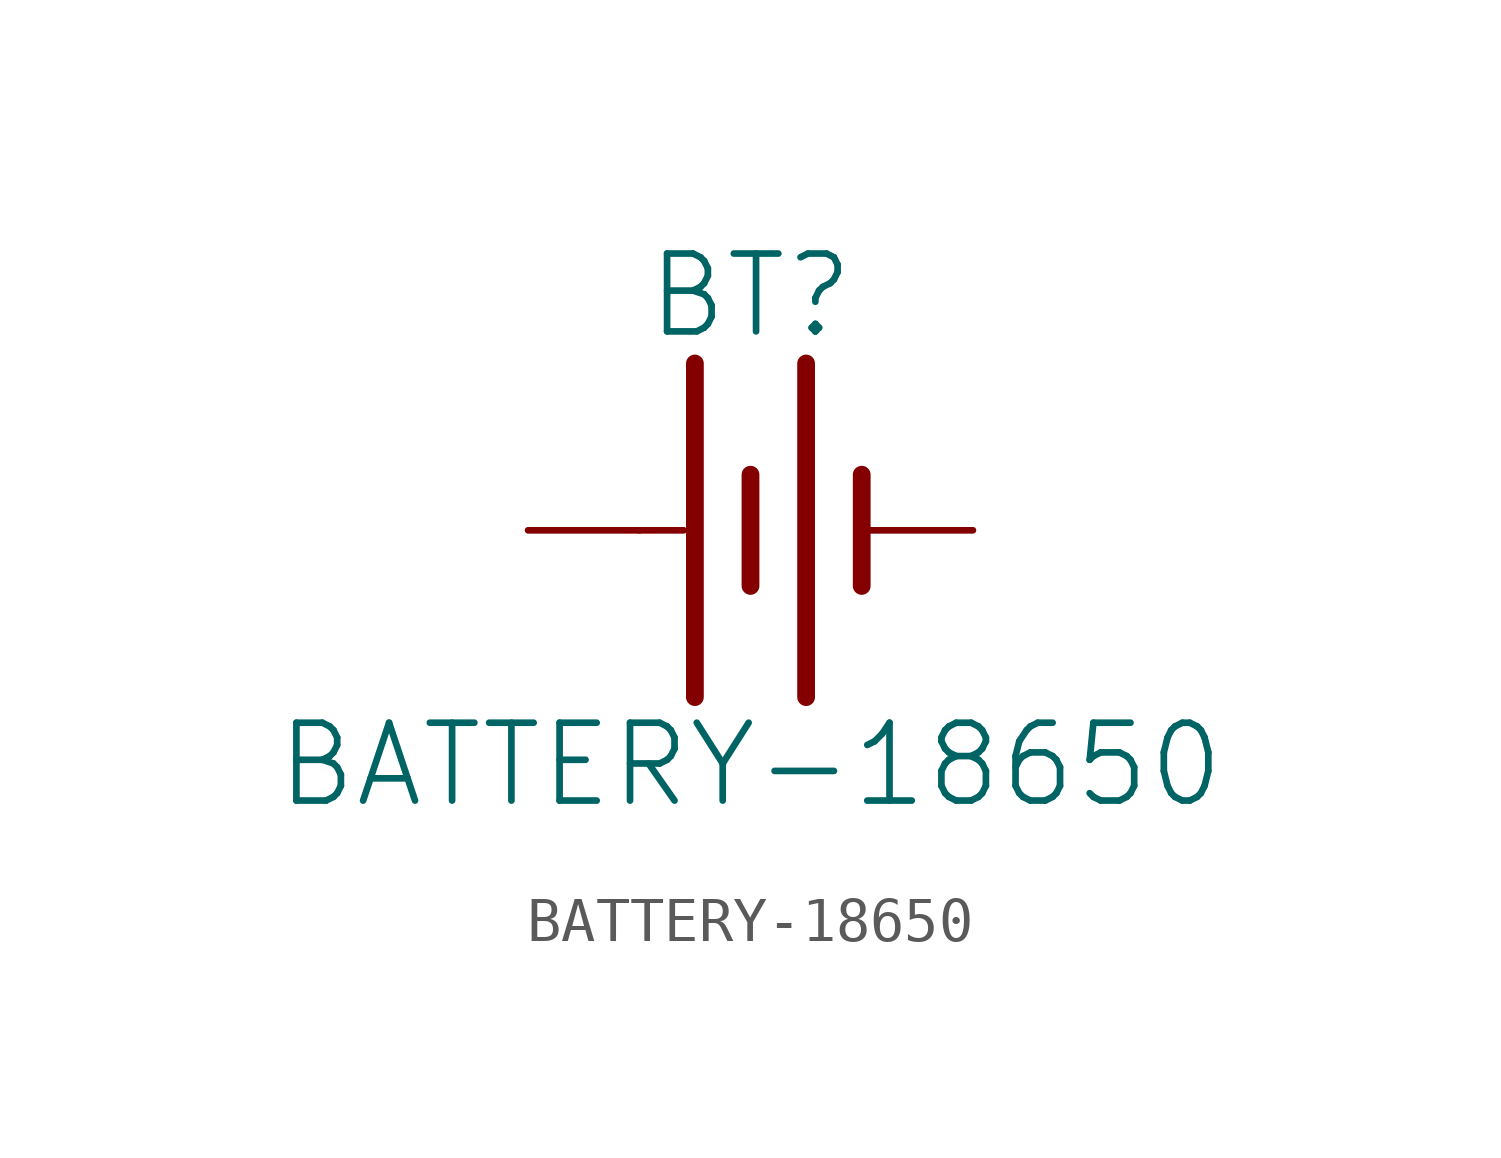
<source format=kicad_sym>
(kicad_symbol_lib
  (version 20211014)
  (generator kicad_symbol_editor)
  (symbol "BATTERY-18650"
    (property "Reference" "BT"
      (at 0 4.318 0)
      (effects (font (size 1.778 1.778)) (justify bottom)))
    (property "Value" "BATTERY-18650"
      (at 0 -4.318 0)
      (effects (font (size 1.778 1.778)) (justify top)))
    (property "ki_locked" ""
      (at 0 0 0)
      (effects (font (size 1.27 1.27))))
    (symbol "BATTERY-18650_1_0"
      (polyline (pts (xy -2.54 0) (xy -1.524 0)) (stroke (width 0.152) (type default) (color 0 0 0 0)) (fill (type none)))
      (polyline (pts (xy -1.27 3.81) (xy -1.27 -3.81)) (stroke (width 0.406) (type default) (color 0 0 0 0)) (fill (type none)))
      (polyline (pts (xy 0 1.27) (xy 0 -1.27)) (stroke (width 0.406) (type default) (color 0 0 0 0)) (fill (type none)))
      (polyline (pts (xy 1.27 3.81) (xy 1.27 -3.81)) (stroke (width 0.406) (type default) (color 0 0 0 0)) (fill (type none)))
      (polyline (pts (xy 2.54 1.27) (xy 2.54 -1.27)) (stroke (width 0.406) (type default) (color 0 0 0 0)) (fill (type none)))
      (pin power_in line (at 5.08 0 180) (length 2.54) (name "-" (effects (font (size 0 0)))) (number "GND@1" (effects (font (size 0 0)))))
      (pin power_in line (at -5.08 0 0) (length 2.54) (name "+" (effects (font (size 0 0)))) (number "PWR@1" (effects (font (size 0 0))))))))
</source>
